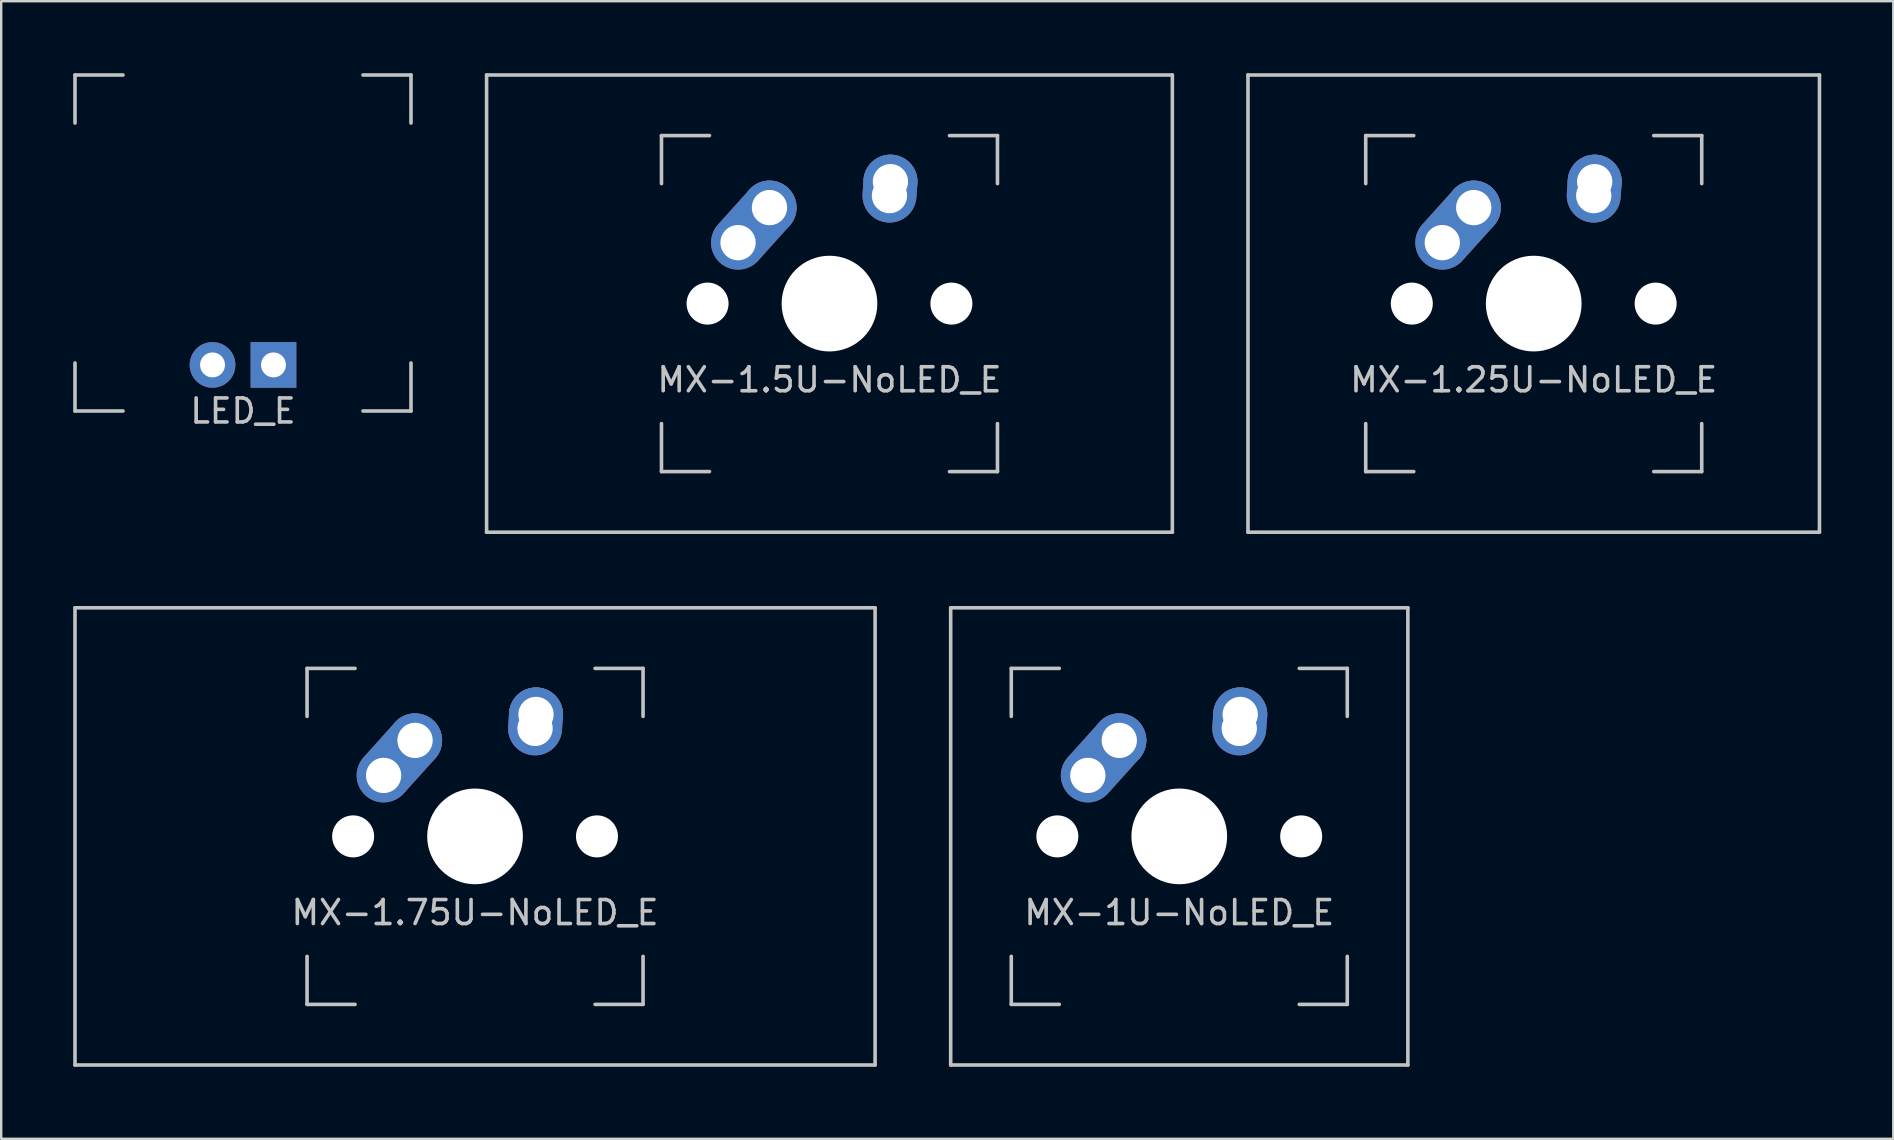
<source format=kicad_pcb>
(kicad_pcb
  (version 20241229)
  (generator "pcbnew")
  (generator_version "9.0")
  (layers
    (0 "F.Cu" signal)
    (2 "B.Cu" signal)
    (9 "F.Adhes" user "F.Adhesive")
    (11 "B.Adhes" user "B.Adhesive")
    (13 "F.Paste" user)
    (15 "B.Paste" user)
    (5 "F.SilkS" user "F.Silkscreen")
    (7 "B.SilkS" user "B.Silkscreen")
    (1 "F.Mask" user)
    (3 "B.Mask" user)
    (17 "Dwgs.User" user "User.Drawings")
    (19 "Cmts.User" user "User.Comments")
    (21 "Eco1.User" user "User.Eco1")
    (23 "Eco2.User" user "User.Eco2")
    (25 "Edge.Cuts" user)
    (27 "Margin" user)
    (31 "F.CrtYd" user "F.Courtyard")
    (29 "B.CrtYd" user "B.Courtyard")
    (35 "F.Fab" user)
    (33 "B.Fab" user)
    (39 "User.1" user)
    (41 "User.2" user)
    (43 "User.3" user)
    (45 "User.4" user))
  (footprint "LED_E"
    (layer "F.Cu")
    (at 7.075 7.075)
    (property "Reference" "LED_E" (at 0 7 0) (layer "Dwgs.User") (effects (font (size 1 1) (thickness 0.15))))
    (attr through_hole)
    (fp_line (start -7 -7) (end -7 -5) (stroke (width 0.15) (type solid)) (layer "Dwgs.User"))
    (fp_line (start -7 5) (end -7 7) (stroke (width 0.15) (type solid)) (layer "Dwgs.User"))
    (fp_line (start -7 7) (end -5 7) (stroke (width 0.15) (type solid)) (layer "Dwgs.User"))
    (fp_line (start -5 -7) (end -7 -7) (stroke (width 0.15) (type solid)) (layer "Dwgs.User"))
    (fp_line (start 5 -7) (end 7 -7) (stroke (width 0.15) (type solid)) (layer "Dwgs.User"))
    (fp_line (start 5 7) (end 7 7) (stroke (width 0.15) (type solid)) (layer "Dwgs.User"))
    (fp_line (start 7 -7) (end 7 -5) (stroke (width 0.15) (type solid)) (layer "Dwgs.User"))
    (fp_line (start 7 7) (end 7 5) (stroke (width 0.15) (type solid)) (layer "Dwgs.User"))
    (pad "1" thru_hole circle (at -1.27 5.08) (size 1.905 1.905) (drill 1.04) (layers "*.Cu" "*.Mask"))
    (pad "2" thru_hole rect (at 1.27 5.08) (size 1.905 1.905) (drill 1.04) (layers "*.Cu" "*.Mask")))
  (footprint "MX-1.25U-NoLED_E"
    (layer "F.Cu")
    (at 60.856 9.6)
    (property "Reference" "MX-1.25U-NoLED_E" (at 0 3.175 0) (layer "Dwgs.User") (effects (font (size 1 1) (thickness 0.15))))
    (attr through_hole)
    (fp_line (start -11.906 -9.525) (end 11.906 -9.525) (stroke (width 0.15) (type solid)) (layer "Dwgs.User"))
    (fp_line (start -11.906 9.525) (end -11.906 -9.525) (stroke (width 0.15) (type solid)) (layer "Dwgs.User"))
    (fp_line (start -7 -7) (end -7 -5) (stroke (width 0.15) (type solid)) (layer "Dwgs.User"))
    (fp_line (start -7 5) (end -7 7) (stroke (width 0.15) (type solid)) (layer "Dwgs.User"))
    (fp_line (start -7 7) (end -5 7) (stroke (width 0.15) (type solid)) (layer "Dwgs.User"))
    (fp_line (start -5 -7) (end -7 -7) (stroke (width 0.15) (type solid)) (layer "Dwgs.User"))
    (fp_line (start 5 -7) (end 7 -7) (stroke (width 0.15) (type solid)) (layer "Dwgs.User"))
    (fp_line (start 5 7) (end 7 7) (stroke (width 0.15) (type solid)) (layer "Dwgs.User"))
    (fp_line (start 7 -7) (end 7 -5) (stroke (width 0.15) (type solid)) (layer "Dwgs.User"))
    (fp_line (start 7 7) (end 7 5) (stroke (width 0.15) (type solid)) (layer "Dwgs.User"))
    (fp_line (start 11.906 -9.525) (end 11.906 9.525) (stroke (width 0.15) (type solid)) (layer "Dwgs.User"))
    (fp_line (start 11.906 9.525) (end -11.906 9.525) (stroke (width 0.15) (type solid)) (layer "Dwgs.User"))
    (pad "" np_thru_hole circle (at -5.08 0 48.1) (size 1.75 1.75) (drill 1.75) (layers "*.Cu" "*.Mask"))
    (pad "" np_thru_hole circle (at 0 0) (size 3.988 3.988) (drill 3.988) (layers "*.Cu" "*.Mask"))
    (pad "" np_thru_hole circle (at 5.08 0 48.1) (size 1.75 1.75) (drill 1.75) (layers "*.Cu" "*.Mask"))
    (pad "1" thru_hole oval (at 2.5 -4.5 86) (size 2.831 2.25) (drill 1.47 (offset 0.291 0)) (layers "*.Cu" "B.Mask"))
    (pad "1" thru_hole circle (at 2.54 -5.08) (size 2.25 2.25) (drill 1.47) (layers "*.Cu" "B.Mask"))
    (pad "2" thru_hole oval (at -3.81 -2.54 48) (size 4.212 2.25) (drill 1.47 (offset 0.981 0)) (layers "*.Cu" "B.Mask"))
    (pad "2" thru_hole circle (at -2.5 -4) (size 2.25 2.25) (drill 1.47) (layers "*.Cu" "B.Mask")))
  (footprint "MX-1.5U-NoLED_E"
    (layer "F.Cu")
    (at 31.512 9.6)
    (property "Reference" "MX-1.5U-NoLED_E" (at 0 3.175 0) (layer "Dwgs.User") (effects (font (size 1 1) (thickness 0.15))))
    (attr through_hole)
    (fp_line (start -14.287 -9.525) (end 14.287 -9.525) (stroke (width 0.15) (type solid)) (layer "Dwgs.User"))
    (fp_line (start -14.287 9.525) (end -14.287 -9.525) (stroke (width 0.15) (type solid)) (layer "Dwgs.User"))
    (fp_line (start -7 -7) (end -7 -5) (stroke (width 0.15) (type solid)) (layer "Dwgs.User"))
    (fp_line (start -7 5) (end -7 7) (stroke (width 0.15) (type solid)) (layer "Dwgs.User"))
    (fp_line (start -7 7) (end -5 7) (stroke (width 0.15) (type solid)) (layer "Dwgs.User"))
    (fp_line (start -5 -7) (end -7 -7) (stroke (width 0.15) (type solid)) (layer "Dwgs.User"))
    (fp_line (start 5 -7) (end 7 -7) (stroke (width 0.15) (type solid)) (layer "Dwgs.User"))
    (fp_line (start 5 7) (end 7 7) (stroke (width 0.15) (type solid)) (layer "Dwgs.User"))
    (fp_line (start 7 -7) (end 7 -5) (stroke (width 0.15) (type solid)) (layer "Dwgs.User"))
    (fp_line (start 7 7) (end 7 5) (stroke (width 0.15) (type solid)) (layer "Dwgs.User"))
    (fp_line (start 14.287 -9.525) (end 14.287 9.525) (stroke (width 0.15) (type solid)) (layer "Dwgs.User"))
    (fp_line (start 14.287 9.525) (end -14.287 9.525) (stroke (width 0.15) (type solid)) (layer "Dwgs.User"))
    (pad "" np_thru_hole circle (at -5.08 0 48.1) (size 1.75 1.75) (drill 1.75) (layers "*.Cu" "*.Mask"))
    (pad "" np_thru_hole circle (at 0 0) (size 3.988 3.988) (drill 3.988) (layers "*.Cu" "*.Mask"))
    (pad "" np_thru_hole circle (at 5.08 0 48.1) (size 1.75 1.75) (drill 1.75) (layers "*.Cu" "*.Mask"))
    (pad "1" thru_hole oval (at 2.5 -4.5 86) (size 2.831 2.25) (drill 1.47 (offset 0.291 0)) (layers "*.Cu" "B.Mask"))
    (pad "1" thru_hole circle (at 2.54 -5.08) (size 2.25 2.25) (drill 1.47) (layers "*.Cu" "B.Mask"))
    (pad "2" thru_hole oval (at -3.81 -2.54 48) (size 4.212 2.25) (drill 1.47 (offset 0.981 0)) (layers "*.Cu" "B.Mask"))
    (pad "2" thru_hole circle (at -2.5 -4) (size 2.25 2.25) (drill 1.47) (layers "*.Cu" "B.Mask")))
  (footprint "MX-1U-NoLED_E"
    (layer "F.Cu")
    (at 46.087 31.8)
    (property "Reference" "MX-1U-NoLED_E" (at 0 3.175 0) (layer "Dwgs.User") (effects (font (size 1 1) (thickness 0.15))))
    (attr through_hole)
    (fp_line (start -9.525 -9.525) (end 9.525 -9.525) (stroke (width 0.15) (type solid)) (layer "Dwgs.User"))
    (fp_line (start -9.525 9.525) (end -9.525 -9.525) (stroke (width 0.15) (type solid)) (layer "Dwgs.User"))
    (fp_line (start -7 -7) (end -7 -5) (stroke (width 0.15) (type solid)) (layer "Dwgs.User"))
    (fp_line (start -7 5) (end -7 7) (stroke (width 0.15) (type solid)) (layer "Dwgs.User"))
    (fp_line (start -7 7) (end -5 7) (stroke (width 0.15) (type solid)) (layer "Dwgs.User"))
    (fp_line (start -5 -7) (end -7 -7) (stroke (width 0.15) (type solid)) (layer "Dwgs.User"))
    (fp_line (start 5 -7) (end 7 -7) (stroke (width 0.15) (type solid)) (layer "Dwgs.User"))
    (fp_line (start 5 7) (end 7 7) (stroke (width 0.15) (type solid)) (layer "Dwgs.User"))
    (fp_line (start 7 -7) (end 7 -5) (stroke (width 0.15) (type solid)) (layer "Dwgs.User"))
    (fp_line (start 7 7) (end 7 5) (stroke (width 0.15) (type solid)) (layer "Dwgs.User"))
    (fp_line (start 9.525 -9.525) (end 9.525 9.525) (stroke (width 0.15) (type solid)) (layer "Dwgs.User"))
    (fp_line (start 9.525 9.525) (end -9.525 9.525) (stroke (width 0.15) (type solid)) (layer "Dwgs.User"))
    (pad "" np_thru_hole circle (at -5.08 0 48.1) (size 1.75 1.75) (drill 1.75) (layers "*.Cu" "*.Mask"))
    (pad "" np_thru_hole circle (at 0 0) (size 3.988 3.988) (drill 3.988) (layers "*.Cu" "*.Mask"))
    (pad "" np_thru_hole circle (at 5.08 0 48.1) (size 1.75 1.75) (drill 1.75) (layers "*.Cu" "*.Mask"))
    (pad "1" thru_hole oval (at 2.5 -4.5 86) (size 2.831 2.25) (drill 1.47 (offset 0.291 0)) (layers "*.Cu" "B.Mask"))
    (pad "1" thru_hole circle (at 2.54 -5.08) (size 2.25 2.25) (drill 1.47) (layers "*.Cu" "B.Mask"))
    (pad "2" thru_hole oval (at -3.81 -2.54 48) (size 4.212 2.25) (drill 1.47 (offset 0.981 0)) (layers "*.Cu" "B.Mask"))
    (pad "2" thru_hole circle (at -2.5 -4) (size 2.25 2.25) (drill 1.47) (layers "*.Cu" "B.Mask")))
  (footprint "MX-1.75U-NoLED_E"
    (layer "F.Cu")
    (at 16.744 31.8)
    (property "Reference" "MX-1.75U-NoLED_E" (at 0 3.175 0) (layer "Dwgs.User") (effects (font (size 1 1) (thickness 0.15))))
    (attr through_hole)
    (fp_line (start -16.669 -9.525) (end 16.669 -9.525) (stroke (width 0.15) (type solid)) (layer "Dwgs.User"))
    (fp_line (start -16.669 9.525) (end -16.669 -9.525) (stroke (width 0.15) (type solid)) (layer "Dwgs.User"))
    (fp_line (start -7 -7) (end -7 -5) (stroke (width 0.15) (type solid)) (layer "Dwgs.User"))
    (fp_line (start -7 5) (end -7 7) (stroke (width 0.15) (type solid)) (layer "Dwgs.User"))
    (fp_line (start -7 7) (end -5 7) (stroke (width 0.15) (type solid)) (layer "Dwgs.User"))
    (fp_line (start -5 -7) (end -7 -7) (stroke (width 0.15) (type solid)) (layer "Dwgs.User"))
    (fp_line (start 5 -7) (end 7 -7) (stroke (width 0.15) (type solid)) (layer "Dwgs.User"))
    (fp_line (start 5 7) (end 7 7) (stroke (width 0.15) (type solid)) (layer "Dwgs.User"))
    (fp_line (start 7 -7) (end 7 -5) (stroke (width 0.15) (type solid)) (layer "Dwgs.User"))
    (fp_line (start 7 7) (end 7 5) (stroke (width 0.15) (type solid)) (layer "Dwgs.User"))
    (fp_line (start 16.669 -9.525) (end 16.669 9.525) (stroke (width 0.15) (type solid)) (layer "Dwgs.User"))
    (fp_line (start 16.669 9.525) (end -16.669 9.525) (stroke (width 0.15) (type solid)) (layer "Dwgs.User"))
    (pad "" np_thru_hole circle (at -5.08 0 48.1) (size 1.75 1.75) (drill 1.75) (layers "*.Cu" "*.Mask"))
    (pad "" np_thru_hole circle (at 0 0) (size 3.988 3.988) (drill 3.988) (layers "*.Cu" "*.Mask"))
    (pad "" np_thru_hole circle (at 5.08 0 48.1) (size 1.75 1.75) (drill 1.75) (layers "*.Cu" "*.Mask"))
    (pad "1" thru_hole oval (at 2.5 -4.5 86) (size 2.831 2.25) (drill 1.47 (offset 0.291 0)) (layers "*.Cu" "B.Mask"))
    (pad "1" thru_hole circle (at 2.54 -5.08) (size 2.25 2.25) (drill 1.47) (layers "*.Cu" "B.Mask"))
    (pad "2" thru_hole oval (at -3.81 -2.54 48) (size 4.212 2.25) (drill 1.47 (offset 0.981 0)) (layers "*.Cu" "B.Mask"))
    (pad "2" thru_hole circle (at -2.5 -4) (size 2.25 2.25) (drill 1.47) (layers "*.Cu" "B.Mask")))
  (gr_rect
    (start -3 -3)
    (end 75.838 44.4)
    (stroke (width 0.1) (type default))
    (fill no)
    (layer "Edge.Cuts")))
</source>
